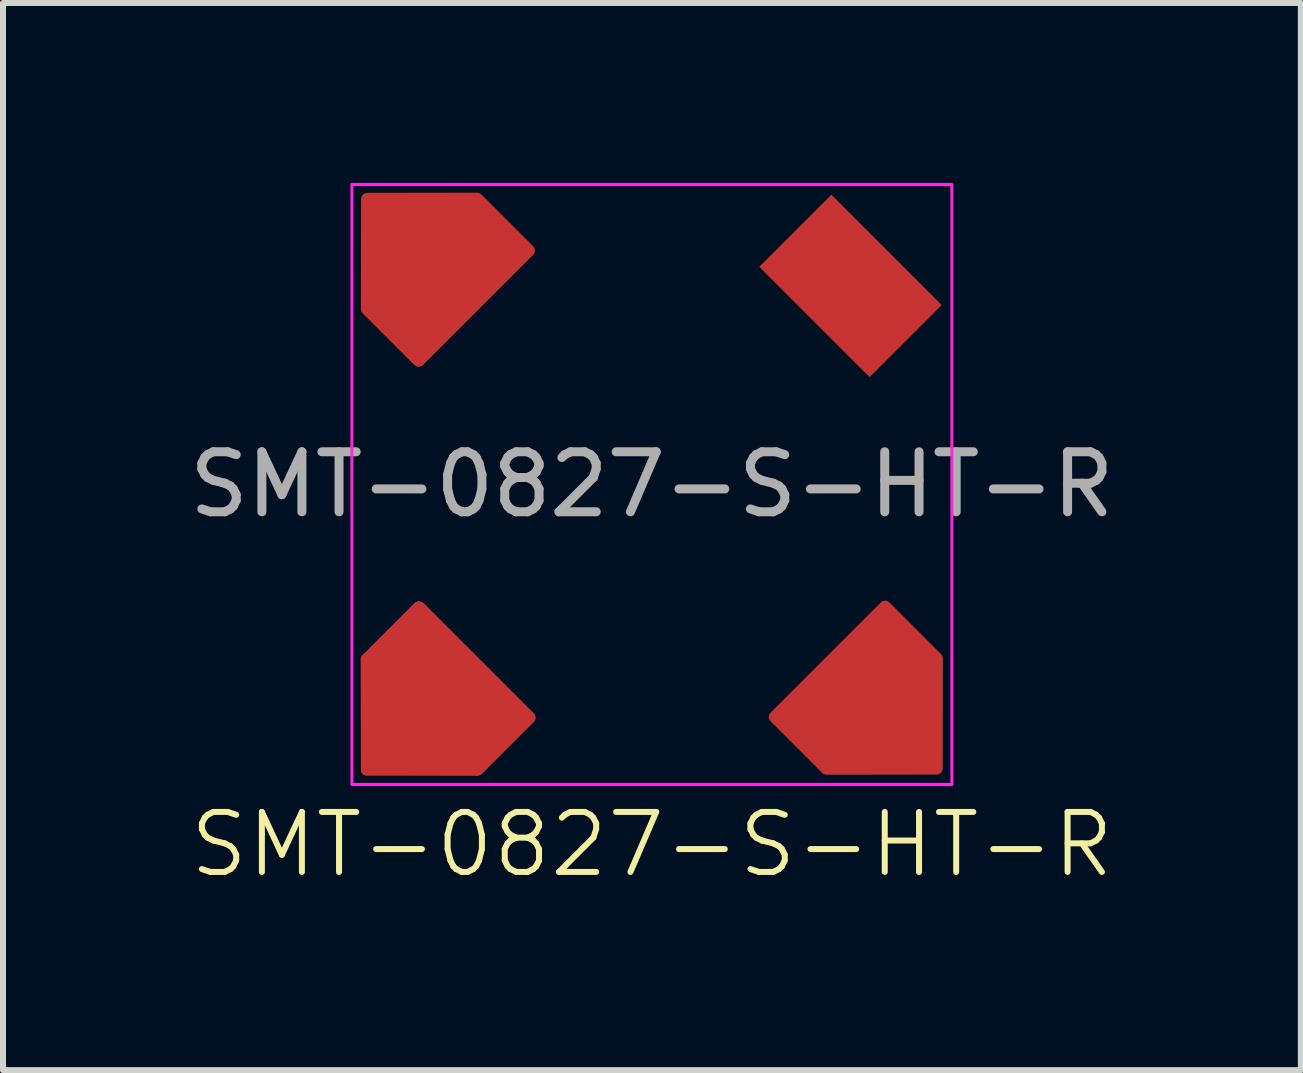
<source format=kicad_pcb>
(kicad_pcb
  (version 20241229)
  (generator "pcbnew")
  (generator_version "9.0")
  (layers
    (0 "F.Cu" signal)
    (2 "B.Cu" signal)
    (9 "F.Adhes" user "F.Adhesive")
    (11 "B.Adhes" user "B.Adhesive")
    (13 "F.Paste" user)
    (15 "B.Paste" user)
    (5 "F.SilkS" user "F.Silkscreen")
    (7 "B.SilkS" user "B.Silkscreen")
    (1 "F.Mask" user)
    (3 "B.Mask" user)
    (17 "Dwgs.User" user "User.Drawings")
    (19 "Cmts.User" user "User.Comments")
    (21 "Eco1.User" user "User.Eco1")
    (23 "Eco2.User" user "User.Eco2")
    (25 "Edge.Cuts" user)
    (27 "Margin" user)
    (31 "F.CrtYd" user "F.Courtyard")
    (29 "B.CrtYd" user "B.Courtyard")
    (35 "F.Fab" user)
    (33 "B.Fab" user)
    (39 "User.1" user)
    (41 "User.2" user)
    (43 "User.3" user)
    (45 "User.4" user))
  (footprint "SMT-0827-S-HT-R"
    (layer "F.Cu")
    (at 7.815 5.025)
    (property "Reference" "SMT-0827-S-HT-R" (at 0 6 0) (unlocked yes) (layer "F.SilkS") (effects (font (size 1 1) (thickness 0.1))))
    (attr smd)
    (fp_line (start -4.753 2.915) (end -4.75 4.75) (stroke (width 0.2) (type default)) (layer "F.Cu"))
    (fp_line (start -4.75 4.75) (end -2.915 4.753) (stroke (width 0.2) (type default)) (layer "F.Cu"))
    (fp_line (start -3.889 2.051) (end -4.753 2.915) (stroke (width 0.2) (type solid)) (layer "F.Cu"))
    (fp_line (start -2.97 2.97) (end -3.889 2.051) (stroke (width 0.2) (type solid)) (layer "F.Cu"))
    (fp_line (start -2.051 3.889) (end -2.97 2.97) (stroke (width 0.2) (type solid)) (layer "F.Cu"))
    (fp_line (start -2.051 3.889) (end -2.915 4.753) (stroke (width 0.2) (type solid)) (layer "F.Cu"))
    (fp_rect (start -5 -5) (end 5 5) (stroke (width 0.05) (type default)) (fill no) (layer "F.CrtYd"))
    (fp_text user "${REFERENCE}" (at 0 0 0) (unlocked yes) (layer "F.Fab") (effects (font (size 1 1) (thickness 0.15))))
    (pad "" smd rect (at 3.31 -3.31 135) (size 2.6 1.7) (layers "F.Cu" "F.Mask" "F.Paste"))
    (pad "" smd custom (at 3.85 3.825 90) (size 1.881 1.865) (layers "F.Cu" "F.Mask" "F.Paste") (options (anchor rect)) (primitives (gr_poly (pts (xy 0.891 0.883) (xy 1.789 0.036) (xy -0.049 -1.802) (xy -0.891 -0.933)) (width 0.2) (fill yes)) (gr_line (start -0.913 -0.938) (end -0.049 -1.802) (width 0.2)) (gr_line (start 1.789 0.036) (end 0.925 0.9) (width 0.2)) (gr_line (start 1.789 0.036) (end 0.87 -0.883) (width 0.2)) (gr_line (start 0.87 -0.883) (end -0.049 -1.802) (width 0.2)) (gr_line (start -0.049 -1.802) (end -0.913 -0.938) (width 0.2)) (gr_line (start -0.91 0.897) (end 0.925 0.9) (width 0.2)) (gr_line (start -0.913 -0.938) (end -0.91 0.897) (width 0.2))))
    (pad "1" smd custom (at -3.85 -3.85 270) (size 1.881 1.865) (layers "F.Cu" "F.Mask" "F.Paste") (options (anchor rect)) (primitives (gr_poly (pts (xy 0.891 0.883) (xy 1.789 0.036) (xy -0.049 -1.802) (xy -0.891 -0.933)) (width 0.2) (fill yes)) (gr_line (start -0.913 -0.938) (end -0.049 -1.802) (width 0.2)) (gr_line (start 1.789 0.036) (end 0.925 0.9) (width 0.2)) (gr_line (start 1.789 0.036) (end 0.87 -0.883) (width 0.2)) (gr_line (start 0.87 -0.883) (end -0.049 -1.802) (width 0.2)) (gr_line (start -0.049 -1.802) (end -0.913 -0.938) (width 0.2)) (gr_line (start -0.91 0.897) (end 0.925 0.9) (width 0.2)) (gr_line (start -0.913 -0.938) (end -0.91 0.897) (width 0.2))))
    (pad "2" smd custom (at -3.825 3.85) (size 1.881 1.865) (layers "F.Cu" "F.Mask" "F.Paste") (options (anchor rect)) (primitives (gr_poly (pts (xy 0.891 0.883) (xy 1.789 0.036) (xy -0.049 -1.802) (xy -0.891 -0.933)) (width 0.2) (fill yes)) (gr_line (start -0.913 -0.938) (end -0.049 -1.802) (width 0.2)) (gr_line (start 1.789 0.036) (end 0.925 0.9) (width 0.2)) (gr_line (start 1.789 0.036) (end 0.87 -0.883) (width 0.2)) (gr_line (start 0.87 -0.883) (end -0.049 -1.802) (width 0.2)) (gr_line (start -0.049 -1.802) (end -0.913 -0.938) (width 0.2)) (gr_line (start -0.91 0.897) (end 0.925 0.9) (width 0.2)) (gr_line (start -0.913 -0.938) (end -0.91 0.897) (width 0.2)))))
  (gr_rect
    (start -3 -3)
    (end 18.631 14.786)
    (stroke (width 0.1) (type default))
    (fill no)
    (layer "Edge.Cuts")))
</source>
